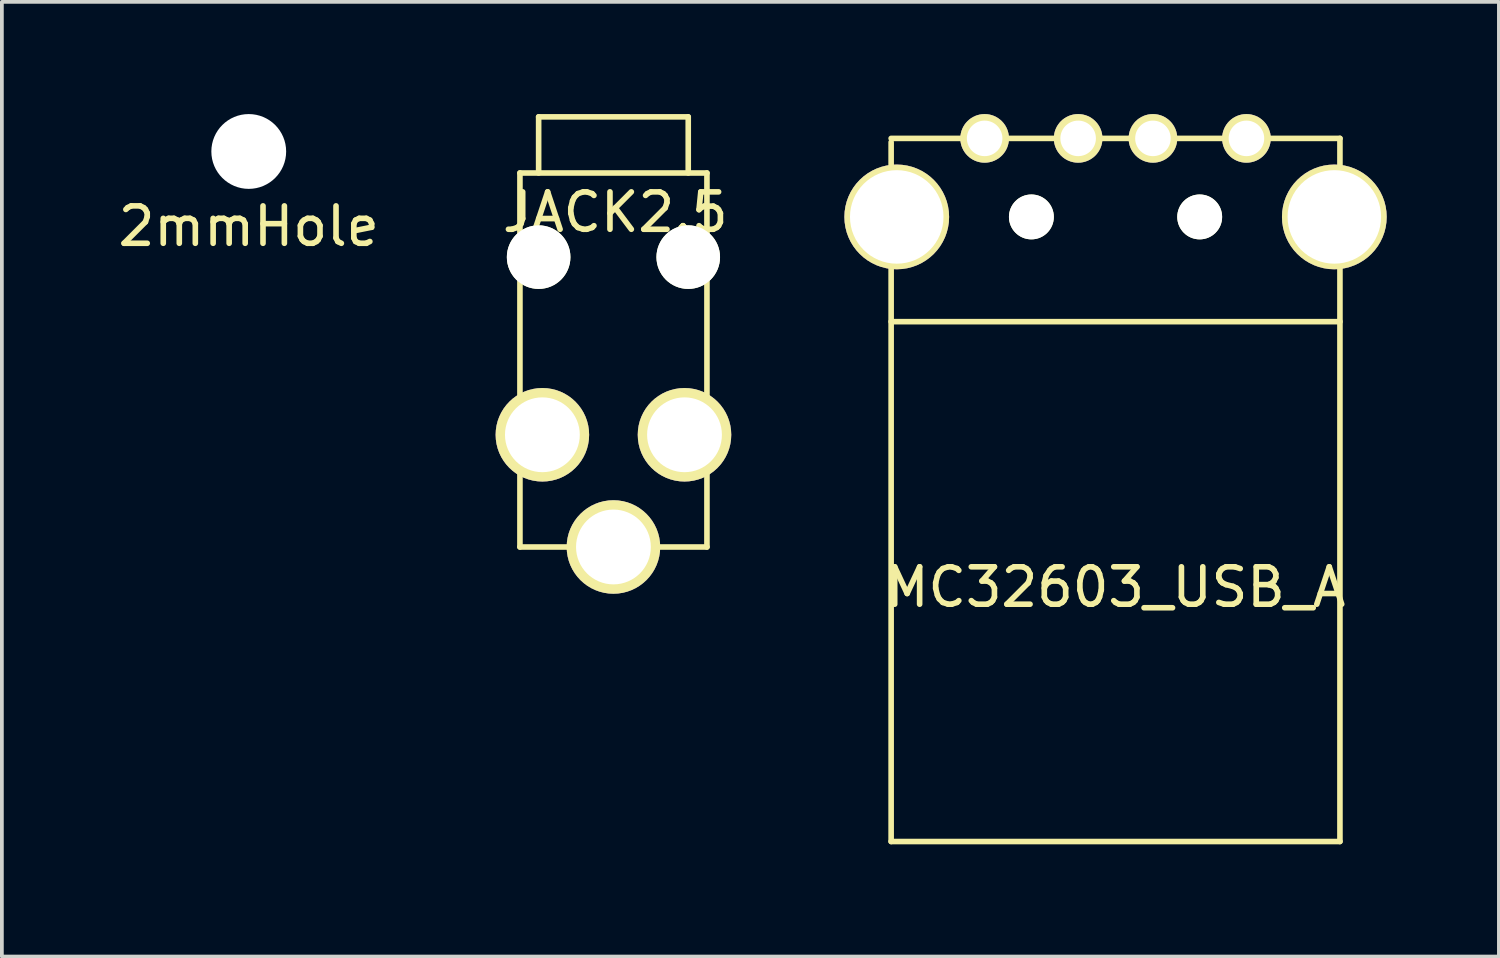
<source format=kicad_pcb>
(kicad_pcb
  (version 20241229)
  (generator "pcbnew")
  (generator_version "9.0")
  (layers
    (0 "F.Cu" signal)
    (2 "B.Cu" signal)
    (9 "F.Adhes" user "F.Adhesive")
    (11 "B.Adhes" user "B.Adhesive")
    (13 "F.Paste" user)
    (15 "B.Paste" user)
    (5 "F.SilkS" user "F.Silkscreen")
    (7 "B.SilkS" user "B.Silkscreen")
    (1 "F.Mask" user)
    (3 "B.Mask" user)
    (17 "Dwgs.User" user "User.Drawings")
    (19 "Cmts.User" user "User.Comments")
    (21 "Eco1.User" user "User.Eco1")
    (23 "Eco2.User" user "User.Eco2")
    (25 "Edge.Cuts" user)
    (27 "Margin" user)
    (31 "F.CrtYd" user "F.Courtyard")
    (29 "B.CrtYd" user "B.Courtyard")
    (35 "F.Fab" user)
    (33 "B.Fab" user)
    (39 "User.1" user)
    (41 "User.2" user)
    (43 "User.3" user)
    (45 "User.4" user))
  (footprint "2mmHole"
    (layer "F.Cu")
    (at 3.601 1)
    (property "Reference" "2mmHole" (at 0 2 0) (layer "F.SilkS") (effects (font (size 1 1) (thickness 0.15))))
    (attr through_hole)
    (pad "" np_thru_hole circle (at 0 0) (size 2 2) (drill 2) (layers "*.Cu")))
  (footprint "MC32603_USB_A"
    (layer "F.Cu")
    (at 26.777 0.65)
    (property "Reference" "MC32603_USB_A" (at 0 12 0) (layer "F.SilkS") (effects (font (size 1 1) (thickness 0.15))))
    (attr through_hole)
    (fp_line (start -6 0) (end 6 0) (stroke (width 0.15) (type solid)) (layer "F.SilkS"))
    (fp_line (start -6 18.8) (end -6 0.1) (stroke (width 0.15) (type solid)) (layer "F.SilkS"))
    (fp_line (start 6 0) (end 6 18.8) (stroke (width 0.15) (type solid)) (layer "F.SilkS"))
    (fp_line (start 6 4.9) (end -6 4.9) (stroke (width 0.15) (type solid)) (layer "F.SilkS"))
    (fp_line (start 6 18.8) (end -6 18.8) (stroke (width 0.15) (type solid)) (layer "F.SilkS"))
    (pad "" np_thru_hole circle (at -2.25 2.1) (size 1.2 1.2) (drill 1.2) (layers "*.Cu" "*.Mask" "F.SilkS"))
    (pad "" np_thru_hole circle (at 2.25 2.1) (size 1.2 1.2) (drill 1.2) (layers "*.Cu" "*.Mask" "F.SilkS"))
    (pad "1" thru_hole circle (at 3.5 0) (size 1.3 1.3) (drill 0.95) (layers "*.Cu" "*.Mask" "F.SilkS"))
    (pad "2" thru_hole circle (at 1 0) (size 1.3 1.3) (drill 0.95) (layers "*.Cu" "*.Mask" "F.SilkS"))
    (pad "3" thru_hole circle (at -1 0) (size 1.3 1.3) (drill 0.95) (layers "*.Cu" "*.Mask" "F.SilkS"))
    (pad "4" thru_hole circle (at -3.5 0) (size 1.3 1.3) (drill 0.95) (layers "*.Cu" "*.Mask" "F.SilkS"))
    (pad "5" thru_hole circle (at -5.85 2.1) (size 2.8 2.8) (drill 2.5) (layers "*.Cu" "*.Mask" "F.SilkS"))
    (pad "5" thru_hole circle (at 5.85 2.1) (size 2.8 2.8) (drill 2.5) (layers "*.Cu" "*.Mask" "F.SilkS")))
  (footprint "JACK2.5"
    (layer "F.Cu")
    (at 13.352 8.575)
    (property "Reference" "JACK2.5" (at 0.05 -5.95 0) (layer "F.SilkS") (effects (font (size 1 1) (thickness 0.15))))
    (attr through_hole)
    (fp_line (start -2.5 -7) (end -2.5 3) (stroke (width 0.15) (type solid)) (layer "F.SilkS"))
    (fp_line (start -2.5 3) (end 2.5 3) (stroke (width 0.15) (type solid)) (layer "F.SilkS"))
    (fp_line (start -2 -8.5) (end -2 -7) (stroke (width 0.15) (type solid)) (layer "F.SilkS"))
    (fp_line (start 2 -8.5) (end -2 -8.5) (stroke (width 0.15) (type solid)) (layer "F.SilkS"))
    (fp_line (start 2 -8.5) (end 2 -7) (stroke (width 0.15) (type solid)) (layer "F.SilkS"))
    (fp_line (start 2.5 -7) (end -2.5 -7) (stroke (width 0.15) (type solid)) (layer "F.SilkS"))
    (fp_line (start 2.5 -7) (end 2.5 3) (stroke (width 0.15) (type solid)) (layer "F.SilkS"))
    (pad "" np_thru_hole circle (at -2 -4.75) (size 1.7 1.7) (drill 1.7) (layers "*.Cu" "*.Mask" "F.SilkS"))
    (pad "" np_thru_hole circle (at 2 -4.75) (size 1.7 1.7) (drill 1.7) (layers "*.Cu" "*.Mask" "F.SilkS"))
    (pad "1" thru_hole circle (at -1.9 0) (size 2.5 2.5) (drill 2) (layers "*.Cu" "*.Mask" "F.SilkS"))
    (pad "2" thru_hole circle (at 0 3) (size 2.5 2.5) (drill 2) (layers "*.Cu" "*.Mask" "F.SilkS"))
    (pad "3" thru_hole circle (at 1.9 0) (size 2.5 2.5) (drill 2) (layers "*.Cu" "*.Mask" "F.SilkS")))
  (gr_rect
    (start -3 -3)
    (end 37.027 22.525)
    (stroke (width 0.1) (type default))
    (fill no)
    (layer "Edge.Cuts")))
</source>
